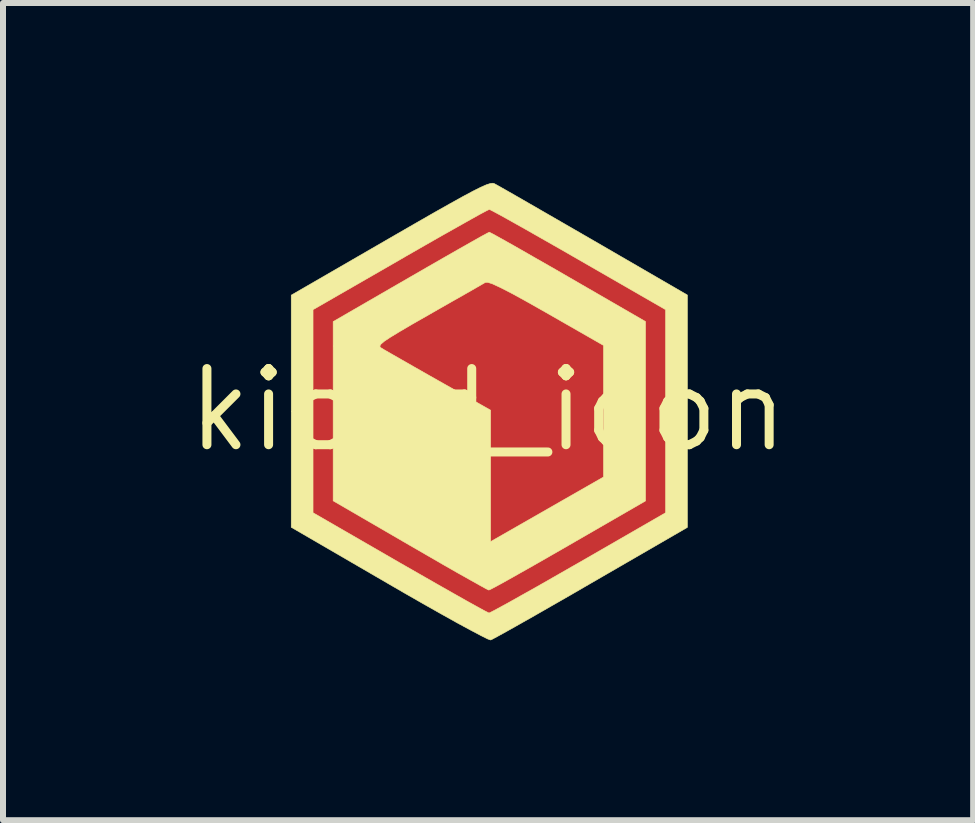
<source format=kicad_pcb>
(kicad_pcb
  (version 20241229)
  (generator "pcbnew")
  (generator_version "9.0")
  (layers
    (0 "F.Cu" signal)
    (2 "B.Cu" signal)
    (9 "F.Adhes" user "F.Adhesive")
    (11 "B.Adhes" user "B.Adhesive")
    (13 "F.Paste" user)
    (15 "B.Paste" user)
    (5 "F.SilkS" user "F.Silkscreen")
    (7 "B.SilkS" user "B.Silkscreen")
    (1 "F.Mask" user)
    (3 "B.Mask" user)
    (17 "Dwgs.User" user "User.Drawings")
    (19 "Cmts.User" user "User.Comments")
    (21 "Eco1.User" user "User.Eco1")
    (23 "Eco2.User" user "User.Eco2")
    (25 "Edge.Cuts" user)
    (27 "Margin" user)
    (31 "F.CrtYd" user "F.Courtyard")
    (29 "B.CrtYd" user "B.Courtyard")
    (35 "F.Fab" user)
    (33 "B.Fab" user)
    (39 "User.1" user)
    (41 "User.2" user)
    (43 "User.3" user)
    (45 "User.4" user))
  (footprint "kicad_icon"
    (layer "F.Cu")
    (at 5.087 3.785)
    (property "Reference" "kicad_icon" (at 0 0 0) (layer "F.SilkS") (effects (font (size 1.27 1.27) (thickness 0.15))))
    (attr through_hole)
    (fp_poly (pts (xy 1.008 -1.649) (xy 1.99 -1.091) (xy 1.99 1.133) (xy 1.013 1.689) (xy 0.753 1.836) (xy 0.517 1.969) (xy 0.316 2.082) (xy 0.159 2.169) (xy 0.057 2.225) (xy 0.018 2.244) (xy 0.013 2.203) (xy 0.009 2.089) (xy 0.005 1.912) (xy 0.002 1.684) (xy -0.000414 1.416) (xy -0.001 1.132) (xy -0.003 0.021) (xy -0.941 -0.511) (xy -1.196 -0.657) (xy -1.426 -0.791) (xy -1.62 -0.907) (xy -1.769 -0.998) (xy -1.863 -1.059) (xy -1.891 -1.083) (xy -1.859 -1.114) (xy -1.764 -1.18) (xy -1.616 -1.273) (xy -1.425 -1.387) (xy -1.202 -1.516) (xy -1.113 -1.566) (xy -0.866 -1.705) (xy -0.634 -1.835) (xy -0.43 -1.95) (xy -0.269 -2.041) (xy -0.163 -2.1) (xy -0.148 -2.109) (xy 0.027 -2.207) (xy 1.008 -1.649)) (stroke (width 0.01) (type solid)) (fill yes) (layer "F.Cu"))
    (fp_poly (pts (xy 0.075 -3.343) (xy 0.194 -3.284) (xy 0.37 -3.192) (xy 0.593 -3.07) (xy 0.856 -2.924) (xy 1.15 -2.758) (xy 1.466 -2.576) (xy 1.556 -2.525) (xy 3.006 -1.686) (xy 3.006 1.728) (xy 1.562 2.562) (xy 1.242 2.747) (xy 0.943 2.918) (xy 0.673 3.071) (xy 0.441 3.202) (xy 0.255 3.305) (xy 0.124 3.377) (xy 0.055 3.411) (xy 0.049 3.413) (xy -0.002 3.397) (xy -0.118 3.341) (xy -0.29 3.252) (xy -0.511 3.133) (xy -0.772 2.989) (xy -1.065 2.824) (xy -1.382 2.643) (xy -1.492 2.579) (xy -2.963 1.728) (xy -2.963 -1.46) (xy -2.537 -1.46) (xy -2.537 0.021) (xy -2.537 1.503) (xy -1.279 2.231) (xy -0.982 2.402) (xy -0.706 2.558) (xy -0.462 2.695) (xy -0.258 2.807) (xy -0.102 2.89) (xy -0.003 2.939) (xy 0.028 2.951) (xy 0.075 2.928) (xy 0.187 2.868) (xy 0.354 2.776) (xy 0.568 2.656) (xy 0.82 2.513) (xy 1.101 2.353) (xy 1.329 2.223) (xy 2.581 1.503) (xy 2.581 -1.46) (xy 1.327 -2.18) (xy 1.03 -2.35) (xy 0.754 -2.506) (xy 0.51 -2.642) (xy 0.305 -2.755) (xy 0.149 -2.838) (xy 0.051 -2.888) (xy 0.02 -2.9) (xy -0.028 -2.879) (xy -0.141 -2.821) (xy -0.309 -2.731) (xy -0.524 -2.612) (xy -0.776 -2.47) (xy -1.057 -2.311) (xy -1.286 -2.18) (xy -2.537 -1.46) (xy -2.963 -1.46) (xy -2.963 -1.685) (xy -1.513 -2.524) (xy -1.192 -2.709) (xy -0.891 -2.88) (xy -0.619 -3.032) (xy -0.384 -3.161) (xy -0.195 -3.262) (xy -0.06 -3.33) (xy 0.013 -3.362) (xy 0.021 -3.364) (xy 0.075 -3.343)) (stroke (width 0.01) (type solid)) (fill yes) (layer "F.Cu"))
    (fp_poly (pts (xy 0.069 -2.16) (xy 0.18 -2.103) (xy 0.343 -2.015) (xy 0.549 -1.901) (xy 0.788 -1.768) (xy 1.028 -1.632) (xy 1.99 -1.084) (xy 1.99 1.126) (xy 1.03 1.674) (xy 0.771 1.822) (xy 0.536 1.956) (xy 0.335 2.07) (xy 0.177 2.159) (xy 0.074 2.216) (xy 0.036 2.237) (xy 0.026 2.2) (xy 0.018 2.09) (xy 0.01 1.916) (xy 0.005 1.691) (xy 0.001 1.424) (xy -0.000444 1.136) (xy -0.001 0.021) (xy -0.953 -0.522) (xy -1.209 -0.669) (xy -1.436 -0.804) (xy -1.627 -0.92) (xy -1.772 -1.012) (xy -1.86 -1.074) (xy -1.885 -1.099) (xy -1.842 -1.13) (xy -1.738 -1.195) (xy -1.584 -1.287) (xy -1.393 -1.399) (xy -1.176 -1.523) (xy -0.946 -1.654) (xy -0.716 -1.784) (xy -0.497 -1.907) (xy -0.301 -2.014) (xy -0.141 -2.1) (xy -0.03 -2.158) (xy 0.022 -2.18) (xy 0.022 -2.18) (xy 0.069 -2.16)) (stroke (width 0.01) (type solid)) (fill yes) (layer "F.Mask"))
    (fp_poly (pts (xy 0.065 -3.366) (xy 0.172 -3.308) (xy 0.337 -3.216) (xy 0.552 -3.095) (xy 0.808 -2.95) (xy 1.097 -2.784) (xy 1.412 -2.603) (xy 1.53 -2.536) (xy 3.006 -1.685) (xy 3.006 1.725) (xy 1.53 2.577) (xy 1.208 2.763) (xy 0.908 2.934) (xy 0.638 3.087) (xy 0.407 3.217) (xy 0.223 3.32) (xy 0.092 3.391) (xy 0.024 3.425) (xy 0.017 3.427) (xy -0.027 3.407) (xy -0.136 3.348) (xy -0.302 3.255) (xy -0.517 3.133) (xy -0.774 2.987) (xy -1.064 2.821) (xy -1.379 2.64) (xy -1.492 2.574) (xy -2.963 1.722) (xy -2.963 0.021) (xy -2.963 -1.46) (xy -2.539 -1.46) (xy -2.539 0.021) (xy -2.539 1.503) (xy -1.28 2.231) (xy -0.983 2.402) (xy -0.708 2.559) (xy -0.466 2.698) (xy -0.263 2.811) (xy -0.11 2.897) (xy -0.014 2.948) (xy 0.015 2.961) (xy 0.059 2.941) (xy 0.168 2.884) (xy 0.332 2.793) (xy 0.544 2.675) (xy 0.794 2.533) (xy 1.074 2.373) (xy 1.316 2.233) (xy 2.582 1.503) (xy 2.582 -1.46) (xy 1.308 -2.196) (xy 0.949 -2.402) (xy 0.656 -2.568) (xy 0.423 -2.696) (xy 0.244 -2.79) (xy 0.114 -2.853) (xy 0.025 -2.887) (xy -0.028 -2.897) (xy -0.042 -2.894) (xy -0.096 -2.865) (xy -0.214 -2.798) (xy -0.387 -2.7) (xy -0.605 -2.575) (xy -0.86 -2.429) (xy -1.142 -2.267) (xy -1.329 -2.159) (xy -2.539 -1.46) (xy -2.963 -1.46) (xy -2.963 -1.68) (xy -1.486 -2.533) (xy -1.163 -2.719) (xy -0.864 -2.891) (xy -0.595 -3.044) (xy -0.364 -3.175) (xy -0.181 -3.278) (xy -0.051 -3.349) (xy 0.015 -3.384) (xy 0.023 -3.387) (xy 0.065 -3.366)) (stroke (width 0.01) (type solid)) (fill yes) (layer "F.Mask"))
    (fp_poly (pts (xy 0.062 -2.943) (xy 0.168 -2.885) (xy 0.331 -2.794) (xy 0.541 -2.675) (xy 0.79 -2.532) (xy 1.071 -2.372) (xy 1.336 -2.219) (xy 2.625 -1.474) (xy 2.625 1.517) (xy 1.336 2.261) (xy 1.035 2.434) (xy 0.757 2.593) (xy 0.511 2.732) (xy 0.305 2.848) (xy 0.147 2.935) (xy 0.047 2.988) (xy 0.013 3.003) (xy -0.031 2.982) (xy -0.138 2.923) (xy -0.302 2.831) (xy -0.514 2.712) (xy -0.764 2.569) (xy -1.044 2.407) (xy -1.302 2.258) (xy -2.582 1.515) (xy -2.582 0.021) (xy -2.582 -1.066) (xy -1.805 -1.066) (xy -1.796 -1.044) (xy -1.79 -1.039) (xy -1.733 -1.004) (xy -1.613 -0.935) (xy -1.442 -0.837) (xy -1.232 -0.717) (xy -0.993 -0.581) (xy -0.836 -0.492) (xy 0.042 0.004) (xy 0.042 2.196) (xy 1.926 1.118) (xy 1.926 -1.076) (xy 0.974 -1.621) (xy 0.656 -1.801) (xy 0.405 -1.939) (xy 0.215 -2.037) (xy 0.08 -2.1) (xy -0.004 -2.128) (xy -0.042 -2.128) (xy -0.096 -2.097) (xy -0.212 -2.03) (xy -0.38 -1.934) (xy -0.588 -1.816) (xy -0.825 -1.681) (xy -0.985 -1.589) (xy -1.264 -1.43) (xy -1.475 -1.306) (xy -1.628 -1.213) (xy -1.729 -1.146) (xy -1.785 -1.098) (xy -1.805 -1.066) (xy -2.582 -1.066) (xy -2.582 -1.473) (xy -1.293 -2.218) (xy -0.993 -2.391) (xy -0.716 -2.55) (xy -0.471 -2.69) (xy -0.266 -2.806) (xy -0.11 -2.894) (xy -0.012 -2.947) (xy 0.021 -2.963) (xy 0.062 -2.943)) (stroke (width 0.01) (type solid)) (fill yes) (layer "F.SilkS"))
    (fp_poly (pts (xy 0.101 -3.775) (xy 0.156 -3.745) (xy 0.276 -3.677) (xy 0.453 -3.576) (xy 0.679 -3.446) (xy 0.946 -3.292) (xy 1.246 -3.119) (xy 1.57 -2.932) (xy 1.757 -2.824) (xy 3.323 -1.916) (xy 3.323 1.958) (xy 1.714 2.889) (xy 1.376 3.085) (xy 1.06 3.266) (xy 0.772 3.431) (xy 0.521 3.573) (xy 0.315 3.689) (xy 0.161 3.774) (xy 0.068 3.824) (xy 0.042 3.835) (xy -0.006 3.818) (xy -0.12 3.761) (xy -0.292 3.67) (xy -0.514 3.55) (xy -0.777 3.403) (xy -1.076 3.234) (xy -1.401 3.048) (xy -1.651 2.903) (xy -3.281 1.956) (xy -3.281 -1.672) (xy -2.918 -1.672) (xy -2.918 0.021) (xy -2.918 1.714) (xy -1.47 2.55) (xy -1.15 2.733) (xy -0.853 2.903) (xy -0.587 3.054) (xy -0.359 3.183) (xy -0.178 3.283) (xy -0.052 3.352) (xy 0.012 3.384) (xy 0.017 3.386) (xy 0.061 3.365) (xy 0.17 3.307) (xy 0.337 3.216) (xy 0.552 3.095) (xy 0.809 2.951) (xy 1.098 2.786) (xy 1.412 2.606) (xy 1.509 2.551) (xy 2.961 1.714) (xy 2.961 -1.672) (xy 1.509 -2.508) (xy 1.189 -2.692) (xy 0.892 -2.861) (xy 0.625 -3.013) (xy 0.397 -3.141) (xy 0.216 -3.242) (xy 0.09 -3.31) (xy 0.027 -3.342) (xy 0.022 -3.344) (xy -0.021 -3.324) (xy -0.13 -3.266) (xy -0.295 -3.174) (xy -0.51 -3.053) (xy -0.766 -2.909) (xy -1.055 -2.744) (xy -1.369 -2.564) (xy -1.465 -2.508) (xy -2.918 -1.672) (xy -3.281 -1.672) (xy -3.281 -1.914) (xy -1.634 -2.866) (xy -1.237 -3.095) (xy -0.906 -3.285) (xy -0.635 -3.438) (xy -0.419 -3.558) (xy -0.249 -3.649) (xy -0.121 -3.713) (xy -0.028 -3.754) (xy 0.037 -3.775) (xy 0.079 -3.78) (xy 0.101 -3.775)) (stroke (width 0.01) (type solid)) (fill yes) (layer "F.SilkS")))
  (gr_rect
    (start -3 -3)
    (end 13.175 10.625)
    (stroke (width 0.1) (type default))
    (fill no)
    (layer "Edge.Cuts")))
</source>
